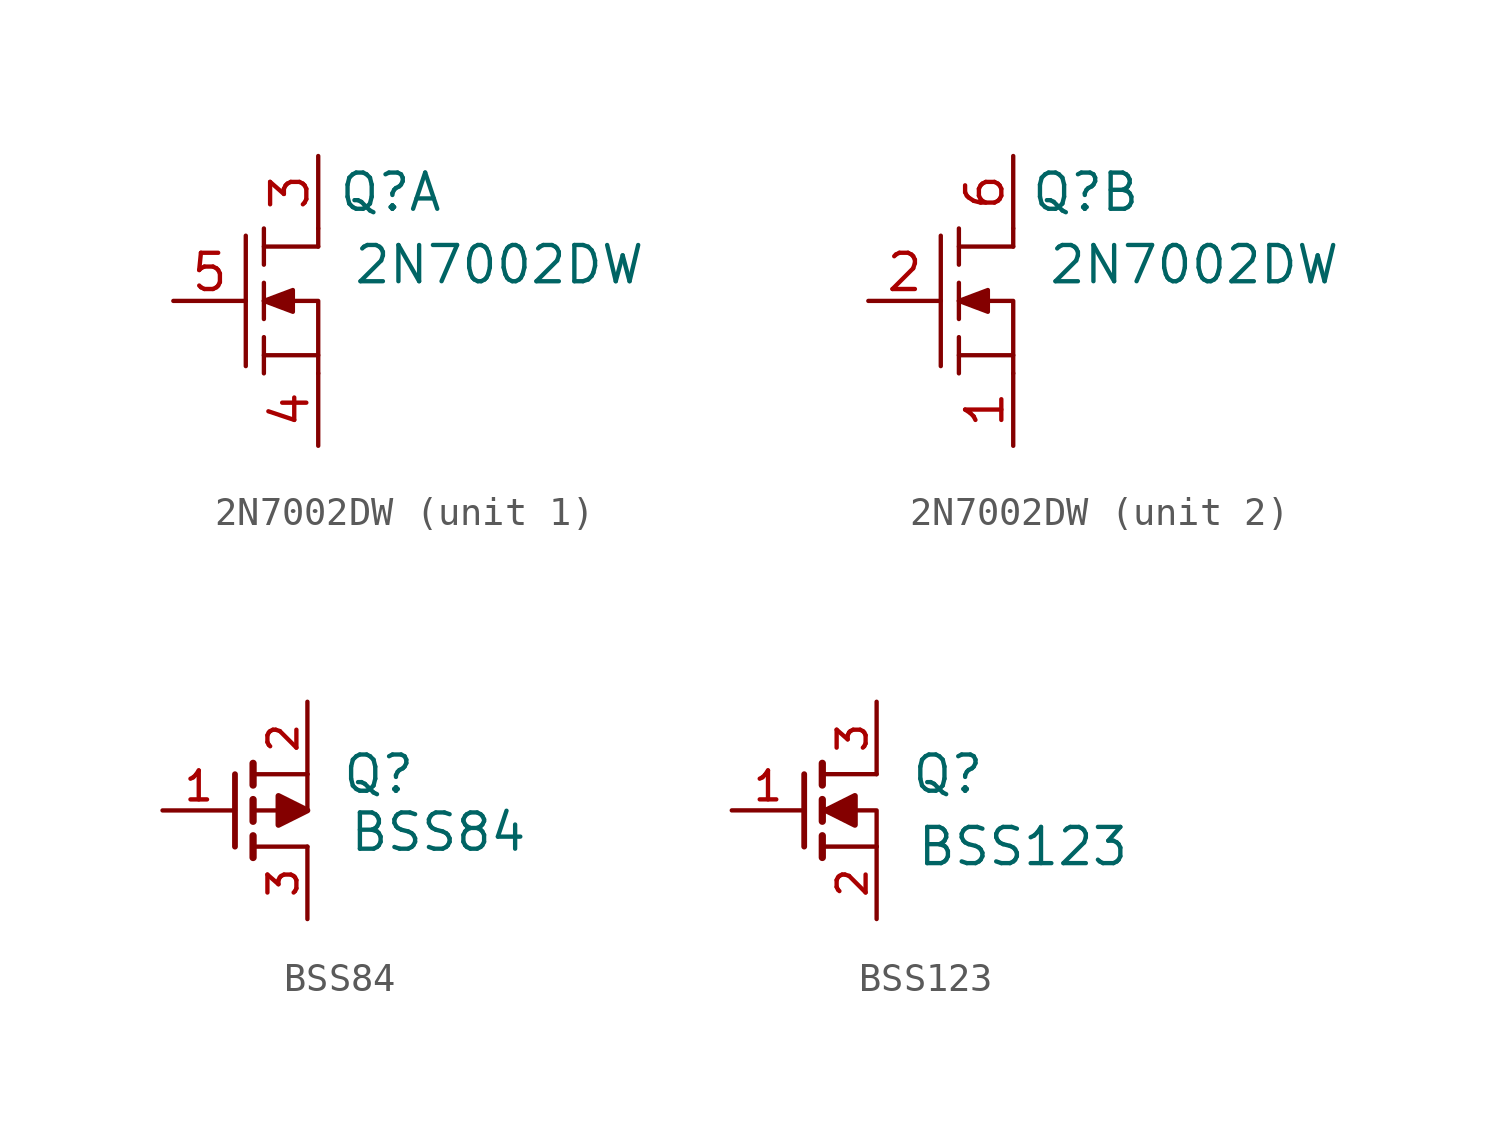
<source format=kicad_sym>
(kicad_symbol_lib
  (version 20211014)
  (generator kicad_symbol_editor)
  (symbol "2N7002DW"
    (pin_names
      (offset 1.016) hide)
    (property "Reference" "Q"
      (at 5.08 3.81 0)
      (effects (font (size 1.27 1.27))))
    (property "Value" "2N7002DW"
      (at 8.89 1.27 0)
      (effects (font (size 1.27 1.27))))
    (property "Footprint" ""
      (at 0 0 0)
      (effects (font (size 1.524 1.524))))
    (property "Datasheet" ""
      (at 0 0 0)
      (effects (font (size 1.524 1.524))))
    (symbol "2N7002DW_0_1"
      (polyline (pts (xy 0 2.286) (xy 0 -2.286)) (stroke (width 0) (type default) (color 0 0 0 0)) (fill (type none)))
      (polyline (pts (xy 0.635 -1.905) (xy 2.54 -1.905)) (stroke (width 0) (type default) (color 0 0 0 0)) (fill (type none)))
      (polyline (pts (xy 0.635 -1.27) (xy 0.635 -2.54)) (stroke (width 0) (type default) (color 0 0 0 0)) (fill (type none)))
      (polyline (pts (xy 0.635 0.635) (xy 0.635 -0.635)) (stroke (width 0) (type default) (color 0 0 0 0)) (fill (type none)))
      (polyline (pts (xy 0.635 1.905) (xy 2.54 1.905)) (stroke (width 0) (type default) (color 0 0 0 0)) (fill (type none)))
      (polyline (pts (xy 0.635 2.54) (xy 0.635 1.27)) (stroke (width 0) (type default) (color 0 0 0 0)) (fill (type none)))
      (polyline (pts (xy 2.54 2.54) (xy 2.54 1.905)) (stroke (width 0) (type default) (color 0 0 0 0)) (fill (type none)))
      (polyline (pts (xy 0.635 0) (xy 2.54 0) (xy 2.54 -2.54)) (stroke (width 0) (type default) (color 0 0 0 0)) (fill (type none)))
      (polyline (pts (xy 0.635 0) (xy 1.651 0.381) (xy 1.651 -0.381) (xy 0.635 0)) (stroke (width 0) (type default) (color 0 0 0 0)) (fill (type outline))))
    (symbol "2N7002DW_1_1"
      (pin input line (at 2.54 5.08 270) (length 2.54) (name "D2" (effects (font (size 1.27 1.27)))) (number "3" (effects (font (size 1.27 1.27)))))
      (pin input line (at 2.54 -5.08 90) (length 2.54) (name "S2" (effects (font (size 1.27 1.27)))) (number "4" (effects (font (size 1.27 1.27)))))
      (pin input line (at -2.54 0 0) (length 2.54) (name "G2" (effects (font (size 1.27 1.27)))) (number "5" (effects (font (size 1.27 1.27))))))
    (symbol "2N7002DW_2_1"
      (pin input line (at 2.54 -5.08 90) (length 2.54) (name "S2" (effects (font (size 1.27 1.27)))) (number "1" (effects (font (size 1.27 1.27)))))
      (pin input line (at -2.54 0 0) (length 2.54) (name "G2" (effects (font (size 1.27 1.27)))) (number "2" (effects (font (size 1.27 1.27)))))
      (pin input line (at 2.54 5.08 270) (length 2.54) (name "D2" (effects (font (size 1.27 1.27)))) (number "6" (effects (font (size 1.27 1.27)))))))
  (symbol "BSS84"
    (pin_names
      (offset 0) hide)
    (property "Reference" "Q"
      (at 5.08 1.27 0)
      (effects (font (size 1.27 1.27)) (justify right)))
    (property "Value" "BSS84"
      (at 9.017 -0.762 0)
      (effects (font (size 1.27 1.27)) (justify right)))
    (property "Footprint" ""
      (at 0 0 0)
      (effects (font (size 1.524 1.524))))
    (property "Datasheet" ""
      (at 0 0 0)
      (effects (font (size 1.524 1.524))))
    (symbol "BSS84_0_1"
      (polyline (pts (xy -1.27 -1.27) (xy -1.27 1.27)) (stroke (width 0.203) (type default) (color 0 0 0 0)) (fill (type none)))
      (polyline (pts (xy -0.635 -1.651) (xy -0.635 -0.889)) (stroke (width 0.254) (type default) (color 0 0 0 0)) (fill (type none)))
      (polyline (pts (xy 1.27 -1.27) (xy -0.635 -1.27)) (stroke (width 0) (type default) (color 0 0 0 0)) (fill (type none)))
      (polyline (pts (xy 1.27 1.27) (xy -0.635 1.27)) (stroke (width 0) (type default) (color 0 0 0 0)) (fill (type none)))
      (polyline (pts (xy 1.27 1.27) (xy 1.27 0) (xy -0.635 0)) (stroke (width 0) (type default) (color 0 0 0 0)) (fill (type none)))
      (polyline (pts (xy 0.254 0.508) (xy 0.254 -0.508) (xy 1.27 0) (xy 0.254 0.508)) (stroke (width 0.203) (type default) (color 0 0 0 0)) (fill (type outline))))
    (symbol "BSS84_1_1"
      (polyline (pts (xy -0.635 -0.381) (xy -0.635 0.381)) (stroke (width 0.254) (type default) (color 0 0 0 0)) (fill (type none)))
      (polyline (pts (xy -0.635 0.889) (xy -0.635 1.651)) (stroke (width 0.254) (type default) (color 0 0 0 0)) (fill (type none)))
      (pin input line (at -3.81 0 0) (length 2.54) (name "G" (effects (font (size 1.016 1.016)))) (number "1" (effects (font (size 1.016 1.016)))))
      (pin passive line (at 1.27 3.81 270) (length 2.54) (name "S" (effects (font (size 1.016 1.016)))) (number "2" (effects (font (size 1.016 1.016)))))
      (pin passive line (at 1.27 -3.81 90) (length 2.54) (name "D" (effects (font (size 1.016 1.016)))) (number "3" (effects (font (size 1.016 1.016)))))))
  (symbol "BSS123"
    (pin_names
      (offset 0) hide)
    (property "Reference" "Q"
      (at 5.08 1.27 0)
      (effects (font (size 1.27 1.27)) (justify right)))
    (property "Value" "BSS123"
      (at 10.16 -1.27 0)
      (effects (font (size 1.27 1.27)) (justify right)))
    (property "Footprint" ""
      (at 0 0 0)
      (effects (font (size 1.524 1.524))))
    (property "Datasheet" ""
      (at 0 0 0)
      (effects (font (size 1.524 1.524))))
    (symbol "BSS123_0_1"
      (polyline (pts (xy -1.27 -1.27) (xy -1.27 1.27)) (stroke (width 0.203) (type default) (color 0 0 0 0)) (fill (type none)))
      (polyline (pts (xy -0.635 -1.651) (xy -0.635 -0.889)) (stroke (width 0.254) (type default) (color 0 0 0 0)) (fill (type none)))
      (polyline (pts (xy 1.27 -1.27) (xy -0.635 -1.27)) (stroke (width 0) (type default) (color 0 0 0 0)) (fill (type none)))
      (polyline (pts (xy 1.27 1.27) (xy -0.635 1.27)) (stroke (width 0) (type default) (color 0 0 0 0)) (fill (type none)))
      (polyline (pts (xy 1.27 -1.27) (xy 1.27 0) (xy 0 0)) (stroke (width 0) (type default) (color 0 0 0 0)) (fill (type none)))
      (polyline (pts (xy 0.508 0.508) (xy 0.508 -0.508) (xy -0.508 0) (xy 0.508 0.508)) (stroke (width 0.203) (type default) (color 0 0 0 0)) (fill (type outline))))
    (symbol "BSS123_1_1"
      (polyline (pts (xy -0.635 -0.381) (xy -0.635 0.381)) (stroke (width 0.254) (type default) (color 0 0 0 0)) (fill (type none)))
      (polyline (pts (xy -0.635 0.889) (xy -0.635 1.651)) (stroke (width 0.254) (type default) (color 0 0 0 0)) (fill (type none)))
      (pin input line (at -3.81 0 0) (length 2.54) (name "G" (effects (font (size 1.016 1.016)))) (number "1" (effects (font (size 1.016 1.016)))))
      (pin passive line (at 1.27 -3.81 90) (length 2.54) (name "S" (effects (font (size 1.016 1.016)))) (number "2" (effects (font (size 1.016 1.016)))))
      (pin passive line (at 1.27 3.81 270) (length 2.54) (name "D" (effects (font (size 1.016 1.016)))) (number "3" (effects (font (size 1.016 1.016))))))))
</source>
